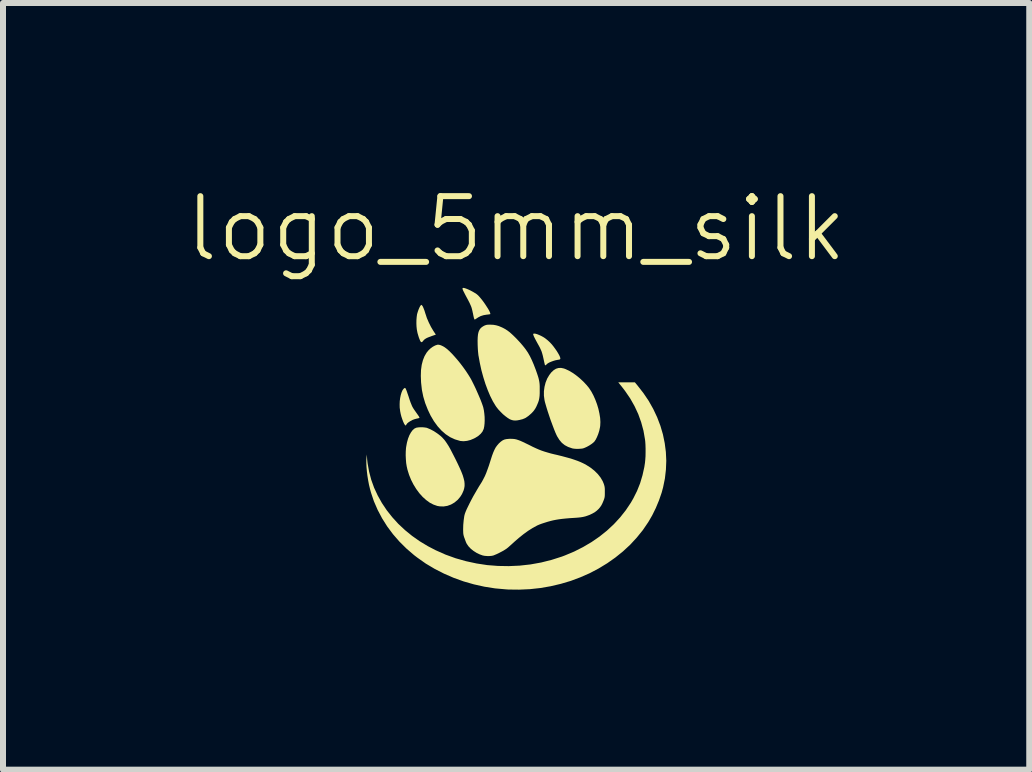
<source format=kicad_pcb>
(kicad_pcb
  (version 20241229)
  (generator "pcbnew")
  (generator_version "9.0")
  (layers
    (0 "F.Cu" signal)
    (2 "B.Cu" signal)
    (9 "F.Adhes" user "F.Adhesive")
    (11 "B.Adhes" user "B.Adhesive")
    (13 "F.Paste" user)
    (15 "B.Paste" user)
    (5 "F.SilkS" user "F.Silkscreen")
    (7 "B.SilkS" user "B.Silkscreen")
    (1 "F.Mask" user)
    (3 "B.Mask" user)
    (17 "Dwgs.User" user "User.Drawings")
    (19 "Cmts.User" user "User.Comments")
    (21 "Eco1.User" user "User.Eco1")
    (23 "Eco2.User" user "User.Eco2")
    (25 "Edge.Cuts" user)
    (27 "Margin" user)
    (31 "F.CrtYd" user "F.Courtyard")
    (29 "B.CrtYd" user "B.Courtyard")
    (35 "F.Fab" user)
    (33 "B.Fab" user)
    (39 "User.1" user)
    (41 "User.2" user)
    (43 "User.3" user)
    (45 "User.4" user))
  (footprint "logo_5mm_silk"
    (layer "F.Cu")
    (at 5.55 4.261)
    (property "Reference" "logo_5mm_silk" (at 0 -3.5 0) (unlocked yes) (layer "F.SilkS") (effects (font (size 1 1) (thickness 0.1))))
    (attr smd)
    (fp_poly (pts (xy -1.578 -2.231) (xy -1.568 -2.223) (xy -1.555 -2.204) (xy -1.542 -2.174) (xy -1.527 -2.135) (xy -1.512 -2.086) (xy -1.51 -2.081) (xy -1.487 -2.011) (xy -1.455 -1.937) (xy -1.418 -1.863) (xy -1.377 -1.794) (xy -1.376 -1.793) (xy -1.338 -1.735) (xy -1.405 -1.712) (xy -1.451 -1.695) (xy -1.487 -1.68) (xy -1.513 -1.665) (xy -1.533 -1.65) (xy -1.547 -1.634) (xy -1.549 -1.632) (xy -1.563 -1.615) (xy -1.574 -1.609) (xy -1.584 -1.613) (xy -1.591 -1.619) (xy -1.599 -1.633) (xy -1.609 -1.657) (xy -1.621 -1.688) (xy -1.632 -1.724) (xy -1.643 -1.762) (xy -1.647 -1.781) (xy -1.655 -1.824) (xy -1.66 -1.874) (xy -1.662 -1.927) (xy -1.661 -1.98) (xy -1.657 -2.03) (xy -1.651 -2.073) (xy -1.647 -2.088) (xy -1.636 -2.124) (xy -1.624 -2.157) (xy -1.611 -2.187) (xy -1.599 -2.21) (xy -1.587 -2.226) (xy -1.579 -2.231)) (stroke (width 0) (type solid)) (fill yes) (layer "F.SilkS"))
    (fp_poly (pts (xy -1.849 -0.846) (xy -1.843 -0.84) (xy -1.837 -0.828) (xy -1.829 -0.81) (xy -1.819 -0.783) (xy -1.807 -0.747) (xy -1.791 -0.701) (xy -1.788 -0.691) (xy -1.772 -0.642) (xy -1.758 -0.603) (xy -1.745 -0.571) (xy -1.734 -0.544) (xy -1.721 -0.52) (xy -1.707 -0.497) (xy -1.69 -0.472) (xy -1.673 -0.448) (xy -1.649 -0.414) (xy -1.632 -0.39) (xy -1.62 -0.372) (xy -1.614 -0.361) (xy -1.611 -0.354) (xy -1.612 -0.349) (xy -1.615 -0.347) (xy -1.615 -0.346) (xy -1.625 -0.343) (xy -1.644 -0.338) (xy -1.66 -0.335) (xy -1.693 -0.326) (xy -1.728 -0.313) (xy -1.761 -0.295) (xy -1.791 -0.276) (xy -1.814 -0.257) (xy -1.828 -0.238) (xy -1.829 -0.236) (xy -1.837 -0.223) (xy -1.846 -0.223) (xy -1.852 -0.229) (xy -1.867 -0.252) (xy -1.882 -0.285) (xy -1.897 -0.325) (xy -1.912 -0.37) (xy -1.924 -0.417) (xy -1.933 -0.463) (xy -1.933 -0.466) (xy -1.94 -0.519) (xy -1.941 -0.574) (xy -1.939 -0.628) (xy -1.932 -0.681) (xy -1.922 -0.729) (xy -1.909 -0.772) (xy -1.894 -0.807) (xy -1.875 -0.833) (xy -1.859 -0.845) (xy -1.854 -0.847)) (stroke (width 0) (type solid)) (fill yes) (layer "F.SilkS"))
    (fp_poly (pts (xy 0.325 -1.75) (xy 0.352 -1.742) (xy 0.384 -1.729) (xy 0.417 -1.714) (xy 0.452 -1.695) (xy 0.48 -1.677) (xy 0.502 -1.66) (xy 0.529 -1.638) (xy 0.556 -1.613) (xy 0.568 -1.601) (xy 0.596 -1.571) (xy 0.624 -1.536) (xy 0.651 -1.499) (xy 0.677 -1.462) (xy 0.699 -1.426) (xy 0.717 -1.394) (xy 0.73 -1.366) (xy 0.736 -1.345) (xy 0.737 -1.337) (xy 0.735 -1.329) (xy 0.729 -1.323) (xy 0.718 -1.319) (xy 0.698 -1.316) (xy 0.687 -1.314) (xy 0.652 -1.307) (xy 0.616 -1.296) (xy 0.581 -1.283) (xy 0.549 -1.269) (xy 0.524 -1.254) (xy 0.507 -1.24) (xy 0.502 -1.233) (xy 0.494 -1.224) (xy 0.485 -1.226) (xy 0.477 -1.236) (xy 0.477 -1.238) (xy 0.475 -1.249) (xy 0.47 -1.269) (xy 0.464 -1.297) (xy 0.457 -1.33) (xy 0.454 -1.343) (xy 0.444 -1.387) (xy 0.434 -1.423) (xy 0.424 -1.455) (xy 0.411 -1.485) (xy 0.396 -1.518) (xy 0.375 -1.557) (xy 0.362 -1.58) (xy 0.333 -1.633) (xy 0.31 -1.677) (xy 0.294 -1.71) (xy 0.286 -1.733) (xy 0.284 -1.743) (xy 0.289 -1.751) (xy 0.303 -1.753)) (stroke (width 0) (type solid)) (fill yes) (layer "F.SilkS"))
    (fp_poly (pts (xy -0.85 -2.508) (xy -0.822 -2.498) (xy -0.789 -2.484) (xy -0.754 -2.467) (xy -0.719 -2.448) (xy -0.687 -2.429) (xy -0.659 -2.411) (xy -0.64 -2.395) (xy -0.618 -2.373) (xy -0.593 -2.344) (xy -0.567 -2.312) (xy -0.54 -2.276) (xy -0.515 -2.24) (xy -0.491 -2.203) (xy -0.469 -2.169) (xy -0.451 -2.138) (xy -0.438 -2.111) (xy -0.431 -2.091) (xy -0.43 -2.079) (xy -0.431 -2.077) (xy -0.438 -2.075) (xy -0.456 -2.072) (xy -0.479 -2.069) (xy -0.491 -2.068) (xy -0.544 -2.059) (xy -0.591 -2.044) (xy -0.635 -2.021) (xy -0.649 -2.011) (xy -0.668 -1.999) (xy -0.682 -1.99) (xy -0.689 -1.986) (xy -0.689 -1.986) (xy -0.695 -1.991) (xy -0.699 -2.001) (xy -0.703 -2.012) (xy -0.708 -2.033) (xy -0.714 -2.061) (xy -0.72 -2.092) (xy -0.721 -2.094) (xy -0.728 -2.128) (xy -0.735 -2.157) (xy -0.742 -2.183) (xy -0.751 -2.208) (xy -0.763 -2.235) (xy -0.777 -2.266) (xy -0.796 -2.303) (xy -0.82 -2.348) (xy -0.825 -2.357) (xy -0.849 -2.402) (xy -0.867 -2.438) (xy -0.881 -2.465) (xy -0.889 -2.484) (xy -0.893 -2.498) (xy -0.893 -2.506) (xy -0.89 -2.512) (xy -0.887 -2.513) (xy -0.873 -2.514)) (stroke (width 0) (type solid)) (fill yes) (layer "F.SilkS"))
    (fp_poly (pts (xy -1.559 -0.192) (xy -1.521 -0.188) (xy -1.49 -0.183) (xy -1.482 -0.18) (xy -1.427 -0.157) (xy -1.369 -0.126) (xy -1.312 -0.088) (xy -1.259 -0.047) (xy -1.232 -0.022) (xy -1.211 0.001) (xy -1.19 0.025) (xy -1.169 0.054) (xy -1.147 0.087) (xy -1.123 0.125) (xy -1.097 0.171) (xy -1.069 0.225) (xy -1.036 0.289) (xy -1.013 0.334) (xy -0.973 0.416) (xy -0.939 0.489) (xy -0.911 0.553) (xy -0.889 0.61) (xy -0.874 0.661) (xy -0.863 0.706) (xy -0.859 0.748) (xy -0.859 0.787) (xy -0.865 0.824) (xy -0.875 0.86) (xy -0.891 0.897) (xy -0.903 0.923) (xy -0.931 0.967) (xy -0.966 1.009) (xy -0.975 1.019) (xy -1.028 1.063) (xy -1.085 1.096) (xy -1.146 1.118) (xy -1.209 1.128) (xy -1.274 1.126) (xy -1.314 1.119) (xy -1.377 1.097) (xy -1.439 1.065) (xy -1.499 1.021) (xy -1.557 0.969) (xy -1.612 0.908) (xy -1.663 0.839) (xy -1.709 0.765) (xy -1.75 0.685) (xy -1.784 0.601) (xy -1.811 0.514) (xy -1.823 0.461) (xy -1.832 0.406) (xy -1.837 0.343) (xy -1.84 0.278) (xy -1.839 0.214) (xy -1.835 0.155) (xy -1.832 0.134) (xy -1.819 0.063) (xy -1.801 -0.002) (xy -1.779 -0.058) (xy -1.753 -0.105) (xy -1.725 -0.143) (xy -1.694 -0.17) (xy -1.664 -0.184) (xy -1.635 -0.189) (xy -1.598 -0.192)) (stroke (width 0) (type solid)) (fill yes) (layer "F.SilkS"))
    (fp_poly (pts (xy 0.796 -1.171) (xy 0.823 -1.161) (xy 0.881 -1.134) (xy 0.942 -1.098) (xy 1.004 -1.054) (xy 1.065 -1.004) (xy 1.124 -0.949) (xy 1.177 -0.892) (xy 1.213 -0.848) (xy 1.252 -0.789) (xy 1.288 -0.722) (xy 1.32 -0.65) (xy 1.348 -0.575) (xy 1.371 -0.498) (xy 1.388 -0.421) (xy 1.4 -0.347) (xy 1.404 -0.278) (xy 1.401 -0.215) (xy 1.397 -0.189) (xy 1.385 -0.133) (xy 1.368 -0.079) (xy 1.348 -0.03) (xy 1.327 0.013) (xy 1.305 0.045) (xy 1.305 0.046) (xy 1.284 0.066) (xy 1.254 0.089) (xy 1.219 0.112) (xy 1.181 0.133) (xy 1.153 0.146) (xy 1.129 0.156) (xy 1.108 0.162) (xy 1.086 0.165) (xy 1.057 0.167) (xy 1.04 0.168) (xy 1.002 0.168) (xy 0.971 0.166) (xy 0.943 0.162) (xy 0.929 0.158) (xy 0.866 0.136) (xy 0.811 0.107) (xy 0.763 0.069) (xy 0.722 0.021) (xy 0.685 -0.038) (xy 0.671 -0.066) (xy 0.654 -0.104) (xy 0.635 -0.151) (xy 0.614 -0.206) (xy 0.592 -0.265) (xy 0.569 -0.328) (xy 0.548 -0.391) (xy 0.527 -0.454) (xy 0.509 -0.512) (xy 0.493 -0.566) (xy 0.48 -0.612) (xy 0.473 -0.644) (xy 0.463 -0.717) (xy 0.463 -0.792) (xy 0.473 -0.866) (xy 0.491 -0.937) (xy 0.518 -1.004) (xy 0.553 -1.063) (xy 0.587 -1.107) (xy 0.626 -1.143) (xy 0.665 -1.167) (xy 0.705 -1.179) (xy 0.748 -1.181)) (stroke (width 0) (type solid)) (fill yes) (layer "F.SilkS"))
    (fp_poly (pts (xy -1.254 -1.558) (xy -1.216 -1.54) (xy -1.191 -1.525) (xy -1.156 -1.499) (xy -1.116 -1.464) (xy -1.073 -1.421) (xy -1.027 -1.371) (xy -0.979 -1.316) (xy -0.931 -1.257) (xy -0.884 -1.195) (xy -0.839 -1.132) (xy -0.798 -1.07) (xy -0.764 -1.015) (xy -0.744 -0.979) (xy -0.722 -0.935) (xy -0.697 -0.885) (xy -0.671 -0.83) (xy -0.646 -0.773) (xy -0.621 -0.716) (xy -0.598 -0.662) (xy -0.578 -0.611) (xy -0.562 -0.567) (xy -0.55 -0.531) (xy -0.547 -0.52) (xy -0.537 -0.473) (xy -0.53 -0.42) (xy -0.525 -0.364) (xy -0.524 -0.308) (xy -0.526 -0.255) (xy -0.531 -0.208) (xy -0.539 -0.169) (xy -0.542 -0.16) (xy -0.561 -0.119) (xy -0.59 -0.083) (xy -0.628 -0.049) (xy -0.678 -0.017) (xy -0.703 -0.004) (xy -0.76 0.02) (xy -0.818 0.035) (xy -0.875 0.041) (xy -0.926 0.037) (xy -0.936 0.035) (xy -1.02 0.01) (xy -1.1 -0.027) (xy -1.174 -0.076) (xy -1.244 -0.137) (xy -1.309 -0.209) (xy -1.37 -0.293) (xy -1.426 -0.388) (xy -1.472 -0.485) (xy -1.515 -0.594) (xy -1.547 -0.702) (xy -1.57 -0.814) (xy -1.583 -0.931) (xy -1.584 -0.944) (xy -1.588 -1.049) (xy -1.585 -1.145) (xy -1.573 -1.232) (xy -1.553 -1.309) (xy -1.526 -1.377) (xy -1.491 -1.436) (xy -1.459 -1.475) (xy -1.426 -1.506) (xy -1.389 -1.533) (xy -1.35 -1.554) (xy -1.315 -1.566) (xy -1.313 -1.567) (xy -1.287 -1.567)) (stroke (width 0) (type solid)) (fill yes) (layer "F.SilkS"))
    (fp_poly (pts (xy -0.38 -1.899) (xy -0.334 -1.891) (xy -0.289 -1.878) (xy -0.239 -1.857) (xy -0.218 -1.847) (xy -0.181 -1.827) (xy -0.144 -1.803) (xy -0.107 -1.775) (xy -0.068 -1.74) (xy -0.023 -1.697) (xy 0.004 -1.67) (xy 0.063 -1.607) (xy 0.113 -1.549) (xy 0.157 -1.493) (xy 0.196 -1.436) (xy 0.23 -1.376) (xy 0.262 -1.31) (xy 0.293 -1.238) (xy 0.325 -1.155) (xy 0.327 -1.15) (xy 0.346 -1.096) (xy 0.361 -1.051) (xy 0.373 -1.012) (xy 0.381 -0.978) (xy 0.387 -0.946) (xy 0.391 -0.914) (xy 0.393 -0.878) (xy 0.393 -0.836) (xy 0.393 -0.817) (xy 0.393 -0.761) (xy 0.391 -0.716) (xy 0.386 -0.677) (xy 0.379 -0.642) (xy 0.368 -0.608) (xy 0.353 -0.572) (xy 0.337 -0.536) (xy 0.321 -0.506) (xy 0.305 -0.482) (xy 0.287 -0.458) (xy 0.263 -0.432) (xy 0.253 -0.422) (xy 0.206 -0.381) (xy 0.16 -0.349) (xy 0.11 -0.327) (xy 0.055 -0.313) (xy 0.016 -0.306) (xy -0.016 -0.304) (xy -0.045 -0.306) (xy -0.071 -0.312) (xy -0.103 -0.324) (xy -0.139 -0.346) (xy -0.178 -0.375) (xy -0.219 -0.409) (xy -0.258 -0.448) (xy -0.296 -0.488) (xy -0.329 -0.53) (xy -0.342 -0.549) (xy -0.388 -0.625) (xy -0.432 -0.713) (xy -0.473 -0.81) (xy -0.512 -0.915) (xy -0.547 -1.027) (xy -0.579 -1.144) (xy -0.605 -1.264) (xy -0.627 -1.386) (xy -0.628 -1.387) (xy -0.631 -1.417) (xy -0.635 -1.455) (xy -0.638 -1.498) (xy -0.64 -1.542) (xy -0.641 -1.566) (xy -0.642 -1.635) (xy -0.64 -1.692) (xy -0.635 -1.741) (xy -0.626 -1.78) (xy -0.612 -1.813) (xy -0.594 -1.839) (xy -0.57 -1.861) (xy -0.541 -1.879) (xy -0.53 -1.885) (xy -0.512 -1.892) (xy -0.496 -1.897) (xy -0.478 -1.9) (xy -0.453 -1.901) (xy -0.429 -1.901)) (stroke (width 0) (type solid)) (fill yes) (layer "F.SilkS"))
    (fp_poly (pts (xy 2.022 -0.888) (xy 2.121 -0.761) (xy 2.209 -0.631) (xy 2.285 -0.496) (xy 2.35 -0.358) (xy 2.404 -0.216) (xy 2.446 -0.073) (xy 2.476 0.073) (xy 2.495 0.219) (xy 2.502 0.367) (xy 2.496 0.515) (xy 2.479 0.662) (xy 2.449 0.809) (xy 2.424 0.901) (xy 2.38 1.028) (xy 2.327 1.155) (xy 2.267 1.277) (xy 2.203 1.387) (xy 2.112 1.521) (xy 2.01 1.647) (xy 1.9 1.766) (xy 1.78 1.877) (xy 1.652 1.98) (xy 1.517 2.075) (xy 1.374 2.162) (xy 1.226 2.24) (xy 1.071 2.308) (xy 0.911 2.368) (xy 0.746 2.417) (xy 0.577 2.457) (xy 0.404 2.487) (xy 0.229 2.506) (xy 0.051 2.514) (xy -0.128 2.512) (xy -0.171 2.509) (xy -0.351 2.493) (xy -0.528 2.465) (xy -0.703 2.426) (xy -0.874 2.377) (xy -1.041 2.317) (xy -1.202 2.247) (xy -1.357 2.168) (xy -1.505 2.08) (xy -1.644 1.982) (xy -1.699 1.94) (xy -1.827 1.83) (xy -1.945 1.713) (xy -2.052 1.59) (xy -2.148 1.461) (xy -2.233 1.326) (xy -2.307 1.186) (xy -2.37 1.041) (xy -2.417 0.901) (xy -2.435 0.836) (xy -2.452 0.765) (xy -2.466 0.691) (xy -2.478 0.616) (xy -2.487 0.542) (xy -2.493 0.472) (xy -2.496 0.407) (xy -2.496 0.35) (xy -2.492 0.303) (xy -2.492 0.303) (xy -2.486 0.262) (xy -2.485 0.298) (xy -2.484 0.319) (xy -2.482 0.348) (xy -2.478 0.382) (xy -2.475 0.408) (xy -2.45 0.547) (xy -2.414 0.684) (xy -2.366 0.817) (xy -2.306 0.946) (xy -2.236 1.071) (xy -2.155 1.192) (xy -2.064 1.307) (xy -1.964 1.417) (xy -1.853 1.521) (xy -1.734 1.618) (xy -1.606 1.708) (xy -1.47 1.79) (xy -1.341 1.857) (xy -1.177 1.93) (xy -1.008 1.991) (xy -0.835 2.04) (xy -0.659 2.078) (xy -0.481 2.105) (xy -0.302 2.119) (xy -0.122 2.122) (xy 0.058 2.114) (xy 0.238 2.094) (xy 0.416 2.062) (xy 0.591 2.018) (xy 0.763 1.963) (xy 0.813 1.944) (xy 0.968 1.879) (xy 1.116 1.804) (xy 1.257 1.721) (xy 1.389 1.63) (xy 1.513 1.531) (xy 1.628 1.424) (xy 1.733 1.31) (xy 1.828 1.19) (xy 1.913 1.063) (xy 1.954 0.991) (xy 2.015 0.869) (xy 2.066 0.741) (xy 2.106 0.607) (xy 2.136 0.471) (xy 2.147 0.4) (xy 2.152 0.349) (xy 2.156 0.29) (xy 2.157 0.225) (xy 2.157 0.16) (xy 2.155 0.097) (xy 2.151 0.04) (xy 2.147 0.009) (xy 2.122 -0.134) (xy 2.084 -0.274) (xy 2.035 -0.411) (xy 1.973 -0.544) (xy 1.9 -0.673) (xy 1.815 -0.797) (xy 1.755 -0.875) (xy 1.702 -0.94) (xy 1.84 -0.94) (xy 1.979 -0.94)) (stroke (width 0) (type solid)) (fill yes) (layer "F.SilkS"))
    (fp_poly (pts (xy -0.052 0.002) (xy -0.024 0.005) (xy 0.004 0.011) (xy 0.035 0.021) (xy 0.07 0.034) (xy 0.11 0.052) (xy 0.158 0.075) (xy 0.216 0.103) (xy 0.218 0.104) (xy 0.277 0.134) (xy 0.329 0.158) (xy 0.377 0.179) (xy 0.423 0.197) (xy 0.47 0.213) (xy 0.52 0.228) (xy 0.575 0.244) (xy 0.64 0.26) (xy 0.676 0.268) (xy 0.765 0.29) (xy 0.843 0.311) (xy 0.912 0.33) (xy 0.972 0.35) (xy 1.026 0.369) (xy 1.075 0.389) (xy 1.12 0.41) (xy 1.163 0.432) (xy 1.164 0.433) (xy 1.237 0.479) (xy 1.302 0.53) (xy 1.359 0.586) (xy 1.406 0.645) (xy 1.442 0.706) (xy 1.461 0.752) (xy 1.468 0.775) (xy 1.473 0.794) (xy 1.476 0.814) (xy 1.478 0.837) (xy 1.478 0.868) (xy 1.478 0.889) (xy 1.478 0.924) (xy 1.477 0.951) (xy 1.475 0.971) (xy 1.471 0.989) (xy 1.465 1.008) (xy 1.458 1.027) (xy 1.439 1.073) (xy 1.42 1.11) (xy 1.398 1.142) (xy 1.373 1.171) (xy 1.343 1.199) (xy 1.31 1.224) (xy 1.271 1.246) (xy 1.225 1.268) (xy 1.187 1.282) (xy 1.151 1.294) (xy 1.112 1.303) (xy 1.067 1.31) (xy 1.015 1.315) (xy 0.971 1.318) (xy 0.892 1.323) (xy 0.824 1.329) (xy 0.765 1.335) (xy 0.712 1.342) (xy 0.664 1.35) (xy 0.618 1.359) (xy 0.577 1.369) (xy 0.526 1.383) (xy 0.475 1.399) (xy 0.426 1.415) (xy 0.383 1.431) (xy 0.349 1.446) (xy 0.344 1.449) (xy 0.274 1.487) (xy 0.2 1.534) (xy 0.124 1.589) (xy 0.049 1.649) (xy -0.024 1.712) (xy -0.038 1.725) (xy -0.068 1.752) (xy -0.098 1.779) (xy -0.125 1.803) (xy -0.148 1.822) (xy -0.158 1.83) (xy -0.182 1.846) (xy -0.214 1.866) (xy -0.252 1.886) (xy -0.292 1.907) (xy -0.331 1.925) (xy -0.365 1.939) (xy -0.38 1.945) (xy -0.408 1.951) (xy -0.444 1.954) (xy -0.483 1.954) (xy -0.522 1.951) (xy -0.554 1.945) (xy -0.555 1.945) (xy -0.608 1.926) (xy -0.661 1.9) (xy -0.711 1.868) (xy -0.756 1.832) (xy -0.793 1.793) (xy -0.821 1.753) (xy -0.83 1.736) (xy -0.84 1.712) (xy -0.851 1.682) (xy -0.862 1.651) (xy -0.865 1.645) (xy -0.873 1.619) (xy -0.878 1.597) (xy -0.881 1.575) (xy -0.882 1.549) (xy -0.883 1.514) (xy -0.883 1.514) (xy -0.881 1.436) (xy -0.874 1.359) (xy -0.864 1.288) (xy -0.86 1.271) (xy -0.853 1.246) (xy -0.84 1.212) (xy -0.822 1.17) (xy -0.799 1.123) (xy -0.773 1.07) (xy -0.744 1.014) (xy -0.713 0.956) (xy -0.68 0.899) (xy -0.647 0.842) (xy -0.615 0.788) (xy -0.597 0.76) (xy -0.569 0.715) (xy -0.545 0.67) (xy -0.521 0.623) (xy -0.499 0.572) (xy -0.478 0.515) (xy -0.455 0.451) (xy -0.431 0.376) (xy -0.422 0.347) (xy -0.401 0.282) (xy -0.381 0.228) (xy -0.361 0.183) (xy -0.341 0.145) (xy -0.318 0.113) (xy -0.293 0.084) (xy -0.288 0.078) (xy -0.256 0.049) (xy -0.227 0.028) (xy -0.198 0.014) (xy -0.166 0.006) (xy -0.126 0.002) (xy -0.113 0.001) (xy -0.081 0.001)) (stroke (width 0) (type solid)) (fill yes) (layer "F.SilkS")))
  (gr_rect
    (start -3 -3)
    (end 14.1 9.775)
    (stroke (width 0.1) (type default))
    (fill no)
    (layer "Edge.Cuts")))
</source>
